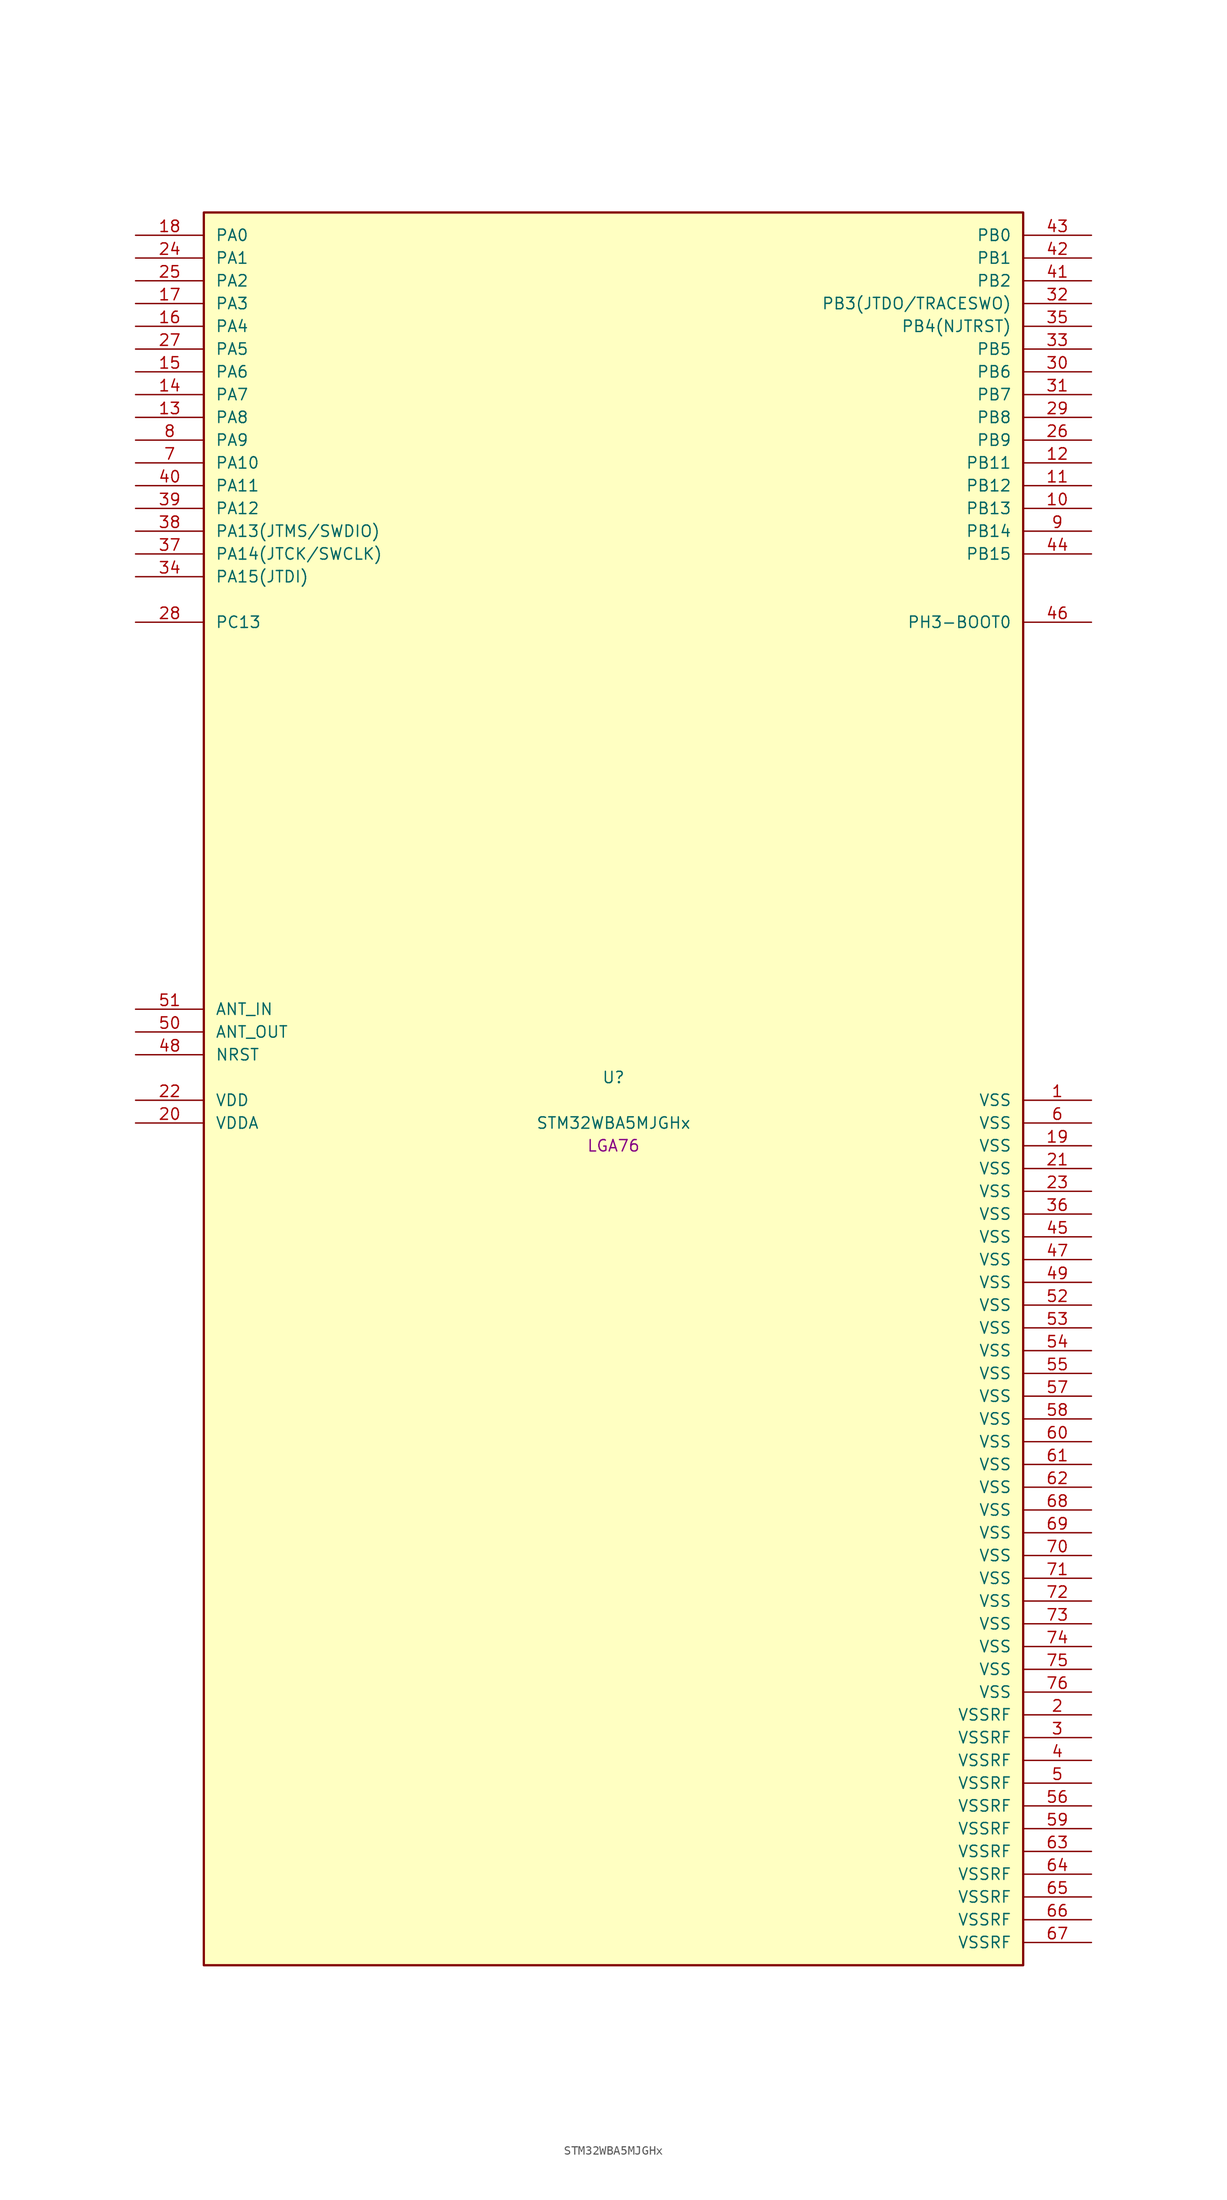
<source format=kicad_sym>
(kicad_symbol_lib
  (version 20241209)
  (generator "stm32_pkl_generator")
  (generator_version "1.0")
  (symbol "STM32WBA5MJGHx"
    (pin_names
      (offset 1.27))
    (property "Reference" "U"
      (at 0 2.54 0))
    (property "Value" "STM32WBA5MJGHx"
      (at 0 -2.54 0))
    (property "Footprint" "LGA76"
      (at 0 -5.08 0))
    (symbol "STM32WBA5MJGHx_1_1"
      (rectangle (start -45.72 99.06) (end 45.72 -96.52) (stroke (width 0.254) (type solid)) (fill (type background)))
      (pin bidirectional line (at -53.34 96.52 0) (length 7.62) (name "PA0") (number "18") (alternate "PA0/ADC4_IN9" bidirectional line) (alternate "PA0/COMP2_INP" bidirectional line) (alternate "PA0/LPTIM1_IN1" bidirectional line) (alternate "PA0/LPUART1_CTS" bidirectional line) (alternate "PA0/PWR_WKUP1" bidirectional line) (alternate "PA0/SPI3_SCK" bidirectional line) (alternate "PA0/TIM1_CH2N" bidirectional line) (alternate "PA0/TIM3_CH3" bidirectional line) (alternate "PA0/TIM3_ETR" bidirectional line) (alternate "PA0/TSC_G2_IO2" bidirectional line))
      (pin bidirectional line (at -53.34 93.98 0) (length 7.62) (name "PA1") (number "24") (alternate "PA1/ADC4_IN8" bidirectional line) (alternate "PA1/COMP1_INM" bidirectional line) (alternate "PA1/LPTIM2_CH2" bidirectional line) (alternate "PA1/LPUART1_RX" bidirectional line) (alternate "PA1/PWR_WKUP3" bidirectional line) (alternate "PA1/SAI1_CK1" bidirectional line) (alternate "PA1/SPI1_RDY" bidirectional line) (alternate "PA1/TIM17_CH1" bidirectional line) (alternate "PA1/TIM1_CH1N" bidirectional line) (alternate "PA1/TIM3_CH2" bidirectional line) (alternate "PA1/TSC_G2_IO1" bidirectional line) (alternate "PA1/USART1_CK" bidirectional line))
      (pin bidirectional line (at -53.34 91.44 0) (length 7.62) (name "PA2") (number "25") (alternate "PA2/ADC4_IN7" bidirectional line) (alternate "PA2/COMP1_INP" bidirectional line) (alternate "PA2/LPUART1_TX" bidirectional line) (alternate "PA2/PWR_WKUP4" bidirectional line) (alternate "PA2/RCC_LSCO" bidirectional line) (alternate "PA2/SAI1_D1" bidirectional line) (alternate "PA2/TIM16_CH1" bidirectional line) (alternate "PA2/TIM1_BKIN" bidirectional line) (alternate "PA2/TIM3_CH1" bidirectional line) (alternate "PA2/TSC_G4_IO4" bidirectional line) (alternate "PA2/USART1_DE" bidirectional line) (alternate "PA2/USART1_RTS" bidirectional line))
      (pin bidirectional line (at -53.34 88.9 0) (length 7.62) (name "PA3") (number "17") (alternate "PA3/ADC4_IN6" bidirectional line) (alternate "PA3/PWR_WKUP5" bidirectional line) (alternate "PA3/TIM16_CH1N" bidirectional line) (alternate "PA3/TSC_G4_IO2" bidirectional line) (alternate "PA3/USART1_DE" bidirectional line) (alternate "PA3/USART1_RTS" bidirectional line))
      (pin bidirectional line (at -53.34 86.36 0) (length 7.62) (name "PA4") (number "16") (alternate "PA4/ADC4_IN5" bidirectional line) (alternate "PA4/AUDIOCLK" bidirectional line) (alternate "PA4/PWR_WKUP2" bidirectional line) (alternate "PA4/TAMP_IN6" bidirectional line) (alternate "PA4/TAMP_OUT3" bidirectional line) (alternate "PA4/TIM16_CH1" bidirectional line) (alternate "PA4/TSC_G4_IO1" bidirectional line) (alternate "PA4/USART1_CTS" bidirectional line))
      (pin bidirectional line (at -53.34 83.82 0) (length 7.62) (name "PA5") (number "27") (alternate "PA5/ADC4_IN4" bidirectional line) (alternate "PA5/AUDIOCLK" bidirectional line) (alternate "PA5/LPTIM2_ETR" bidirectional line) (alternate "PA5/PWR_CSLEEP" bidirectional line) (alternate "PA5/PWR_WKUP6" bidirectional line) (alternate "PA5/SAI1_D2" bidirectional line) (alternate "PA5/SPI3_NSS" bidirectional line) (alternate "PA5/TIM2_CH1" bidirectional line) (alternate "PA5/TIM2_ETR" bidirectional line) (alternate "PA5/TSC_G1_IO4" bidirectional line) (alternate "PA5/USART1_CK" bidirectional line))
      (pin bidirectional line (at -53.34 81.28 0) (length 7.62) (name "PA6") (number "15") (alternate "PA6/ADC4_IN3" bidirectional line) (alternate "PA6/I2C3_SCL" bidirectional line) (alternate "PA6/PWR_CSTOP" bidirectional line) (alternate "PA6/PWR_WKUP7" bidirectional line) (alternate "PA6/SAI1_CK2" bidirectional line) (alternate "PA6/SAI1_MCLK_A" bidirectional line) (alternate "PA6/SPI3_RDY" bidirectional line) (alternate "PA6/TIM2_CH4" bidirectional line) (alternate "PA6/TSC_G1_IO3" bidirectional line) (alternate "PA6/USART1_DE" bidirectional line) (alternate "PA6/USART1_RTS" bidirectional line))
      (pin bidirectional line (at -53.34 78.74 0) (length 7.62) (name "PA7") (number "14") (alternate "PA7/ADC4_IN2" bidirectional line) (alternate "PA7/COMP1_OUT" bidirectional line) (alternate "PA7/I2C3_SDA" bidirectional line) (alternate "PA7/PWR_WKUP8" bidirectional line) (alternate "PA7/SAI1_SCK_A" bidirectional line) (alternate "PA7/TAMP_IN1" bidirectional line) (alternate "PA7/TAMP_OUT2" bidirectional line) (alternate "PA7/TIM2_CH3" bidirectional line) (alternate "PA7/TSC_G1_IO2" bidirectional line) (alternate "PA7/USART1_CTS" bidirectional line))
      (pin bidirectional line (at -53.34 76.2 0) (length 7.62) (name "PA8") (number "13") (alternate "PA8/ADC4_IN1" bidirectional line) (alternate "PA8/LPTIM1_CH2" bidirectional line) (alternate "PA8/RCC_MCO" bidirectional line) (alternate "PA8/SAI1_FS_A" bidirectional line) (alternate "PA8/SPI3_RDY" bidirectional line) (alternate "PA8/TIM2_CH2" bidirectional line) (alternate "PA8/TSC_G1_IO1" bidirectional line) (alternate "PA8/USART1_RX" bidirectional line))
      (pin bidirectional line (at -53.34 73.66 0) (length 7.62) (name "PA9") (number "8") (alternate "PA9/LPUART1_DE" bidirectional line) (alternate "PA9/LPUART1_RTS" bidirectional line) (alternate "PA9/SAI1_CK1" bidirectional line) (alternate "PA9/TIM3_CH2" bidirectional line))
      (pin bidirectional line (at -53.34 71.12 0) (length 7.62) (name "PA10") (number "7") (alternate "PA10/LPUART1_RX" bidirectional line) (alternate "PA10/SAI1_D1" bidirectional line) (alternate "PA10/TIM3_CH1" bidirectional line))
      (pin bidirectional line (at -53.34 68.58 0) (length 7.62) (name "PA11") (number "40") (alternate "PA11/LPTIM2_CH1" bidirectional line) (alternate "PA11/RF_ANTSW1" bidirectional line) (alternate "PA11/TIM1_CH1" bidirectional line) (alternate "PA11/USART2_RX" bidirectional line))
      (pin bidirectional line (at -53.34 66.04 0) (length 7.62) (name "PA12") (number "39") (alternate "PA12/COMP2_OUT" bidirectional line) (alternate "PA12/PTA_STATUS" bidirectional line) (alternate "PA12/PWR_WKUP6" bidirectional line) (alternate "PA12/RF_ANTSW0" bidirectional line) (alternate "PA12/SPI1_NSS" bidirectional line) (alternate "PA12/TIM1_CH2" bidirectional line) (alternate "PA12/TSC_G3_IO4" bidirectional line) (alternate "PA12/USART2_TX" bidirectional line))
      (pin bidirectional line (at -53.34 63.5 0) (length 7.62) (name "PA13(JTMS/SWDIO)") (number "38") (alternate "PA13(JTMS/SWDIO)/DEBUG_JTMS-SWDIO" bidirectional line) (alternate "PA13(JTMS/SWDIO)/IR_OUT" bidirectional line) (alternate "PA13(JTMS/SWDIO)/PTA_PRIORITY" bidirectional line))
      (pin bidirectional line (at -53.34 60.96 0) (length 7.62) (name "PA14(JTCK/SWCLK)") (number "37") (alternate "PA14(JTCK/SWCLK)/COMP2_OUT" bidirectional line) (alternate "PA14(JTCK/SWCLK)/DEBUG_JTCK-SWCLK" bidirectional line) (alternate "PA14(JTCK/SWCLK)/PTA_STATUS" bidirectional line) (alternate "PA14(JTCK/SWCLK)/TAMP_IN3" bidirectional line) (alternate "PA14(JTCK/SWCLK)/TAMP_OUT6" bidirectional line) (alternate "PA14(JTCK/SWCLK)/USART2_TX" bidirectional line))
      (pin bidirectional line (at -53.34 58.42 0) (length 7.62) (name "PA15(JTDI)") (number "34") (alternate "PA15(JTDI)/ADC4_EXTI15" bidirectional line) (alternate "PA15(JTDI)/DEBUG_JTDI" bidirectional line) (alternate "PA15(JTDI)/I2C1_SCL" bidirectional line) (alternate "PA15(JTDI)/LPTIM1_CH2" bidirectional line) (alternate "PA15(JTDI)/PTA_STATUS" bidirectional line) (alternate "PA15(JTDI)/SPI1_MOSI" bidirectional line) (alternate "PA15(JTDI)/TIM17_BKIN" bidirectional line) (alternate "PA15(JTDI)/TIM1_ETR" bidirectional line) (alternate "PA15(JTDI)/TSC_G3_IO3" bidirectional line) (alternate "PA15(JTDI)/USART2_DE" bidirectional line) (alternate "PA15(JTDI)/USART2_RTS" bidirectional line))
      (pin bidirectional line (at 53.34 96.52 180) (length 7.62) (name "PB0") (number "43") (alternate "PB0/LPTIM2_IN2" bidirectional line) (alternate "PB0/TIM1_CH3N" bidirectional line) (alternate "PB0/USART2_TX" bidirectional line))
      (pin bidirectional line (at 53.34 93.98 180) (length 7.62) (name "PB1") (number "42") (alternate "PB1/I2C1_SDA" bidirectional line) (alternate "PB1/I2C3_SDA" bidirectional line) (alternate "PB1/PWR_WKUP4" bidirectional line) (alternate "PB1/TIM1_CH2N" bidirectional line) (alternate "PB1/USART2_DE" bidirectional line) (alternate "PB1/USART2_RTS" bidirectional line))
      (pin bidirectional line (at 53.34 91.44 180) (length 7.62) (name "PB2") (number "41") (alternate "PB2/I2C1_SCL" bidirectional line) (alternate "PB2/I2C3_SCL" bidirectional line) (alternate "PB2/PWR_WKUP1" bidirectional line) (alternate "PB2/RF_ANTSW2" bidirectional line) (alternate "PB2/RTC_OUT2" bidirectional line) (alternate "PB2/TIM1_CH1N" bidirectional line) (alternate "PB2/USART2_CTS" bidirectional line))
      (pin bidirectional line (at 53.34 88.9 180) (length 7.62) (name "PB3(JTDO/TRACESWO)") (number "32") (alternate "PB3(JTDO/TRACESWO)/DEBUG_JTDO-SWO" bidirectional line) (alternate "PB3(JTDO/TRACESWO)/I2C1_SDA" bidirectional line) (alternate "PB3(JTDO/TRACESWO)/LPTIM1_IN2" bidirectional line) (alternate "PB3(JTDO/TRACESWO)/PTA_ACTIVE" bidirectional line) (alternate "PB3(JTDO/TRACESWO)/SPI1_MISO" bidirectional line) (alternate "PB3(JTDO/TRACESWO)/TIM17_CH1N" bidirectional line) (alternate "PB3(JTDO/TRACESWO)/TIM1_CH4" bidirectional line) (alternate "PB3(JTDO/TRACESWO)/TSC_G3_IO2" bidirectional line) (alternate "PB3(JTDO/TRACESWO)/USART2_CK" bidirectional line))
      (pin bidirectional line (at 53.34 86.36 180) (length 7.62) (name "PB4(NJTRST)") (number "35") (alternate "PB4(NJTRST)/DEBUG_JTRST" bidirectional line) (alternate "PB4(NJTRST)/LPTIM2_IN2" bidirectional line) (alternate "PB4(NJTRST)/PTA_ACTIVE" bidirectional line) (alternate "PB4(NJTRST)/PTA_PRIORITY" bidirectional line) (alternate "PB4(NJTRST)/SAI1_MCLK_B" bidirectional line) (alternate "PB4(NJTRST)/SPI1_SCK" bidirectional line) (alternate "PB4(NJTRST)/TIM17_CH1" bidirectional line) (alternate "PB4(NJTRST)/TIM1_CH3" bidirectional line) (alternate "PB4(NJTRST)/TSC_G3_IO1" bidirectional line) (alternate "PB4(NJTRST)/USART2_RX" bidirectional line))
      (pin bidirectional line (at 53.34 83.82 180) (length 7.62) (name "PB5") (number "33") (alternate "PB5/LPUART1_TX" bidirectional line) (alternate "PB5/SAI1_D2" bidirectional line) (alternate "PB5/SAI1_FS_B" bidirectional line) (alternate "PB5/TIM3_CH1" bidirectional line) (alternate "PB5/TSC_G5_IO4" bidirectional line))
      (pin bidirectional line (at 53.34 81.28 180) (length 7.62) (name "PB6") (number "30") (alternate "PB6/PWR_WKUP3" bidirectional line) (alternate "PB6/SAI1_SCK_B" bidirectional line) (alternate "PB6/TIM2_CH1" bidirectional line) (alternate "PB6/TIM2_ETR" bidirectional line) (alternate "PB6/TSC_G5_IO3" bidirectional line))
      (pin bidirectional line (at 53.34 78.74 180) (length 7.62) (name "PB7") (number "31") (alternate "PB7/PWR_WKUP5" bidirectional line) (alternate "PB7/SAI1_SD_B" bidirectional line) (alternate "PB7/TAMP_IN5" bidirectional line) (alternate "PB7/TAMP_OUT4" bidirectional line) (alternate "PB7/TIM1_CH4N" bidirectional line) (alternate "PB7/TSC_G5_IO2" bidirectional line))
      (pin bidirectional line (at 53.34 76.2 180) (length 7.62) (name "PB8") (number "29") (alternate "PB8/COMP1_OUT" bidirectional line) (alternate "PB8/LPTIM1_ETR" bidirectional line) (alternate "PB8/PWR_PVD_IN" bidirectional line) (alternate "PB8/SPI3_MOSI" bidirectional line) (alternate "PB8/TIM16_CH1N" bidirectional line) (alternate "PB8/TIM1_CH1" bidirectional line) (alternate "PB8/TIM3_ETR" bidirectional line) (alternate "PB8/TSC_G2_IO4" bidirectional line) (alternate "PB8/USART2_RX" bidirectional line))
      (pin bidirectional line (at 53.34 73.66 180) (length 7.62) (name "PB9") (number "26") (alternate "PB9/ADC4_IN10" bidirectional line) (alternate "PB9/COMP2_INM" bidirectional line) (alternate "PB9/IR_OUT" bidirectional line) (alternate "PB9/LPTIM2_IN1" bidirectional line) (alternate "PB9/LPUART1_DE" bidirectional line) (alternate "PB9/LPUART1_RTS" bidirectional line) (alternate "PB9/PWR_WKUP8" bidirectional line) (alternate "PB9/SPI3_MISO" bidirectional line) (alternate "PB9/TIM16_CH1" bidirectional line) (alternate "PB9/TIM1_CH3N" bidirectional line) (alternate "PB9/TIM3_CH4" bidirectional line) (alternate "PB9/TSC_G2_IO3" bidirectional line))
      (pin bidirectional line (at 53.34 71.12 180) (length 7.62) (name "PB11") (number "12") (alternate "PB11/LPTIM1_CH1" bidirectional line) (alternate "PB11/LPTIM1_ETR" bidirectional line) (alternate "PB11/LPUART1_TX" bidirectional line))
      (pin bidirectional line (at 53.34 68.58 180) (length 7.62) (name "PB12") (number "11") (alternate "PB12/SAI1_SD_A" bidirectional line) (alternate "PB12/SPI1_RDY" bidirectional line) (alternate "PB12/TIM2_CH1" bidirectional line) (alternate "PB12/TIM2_ETR" bidirectional line) (alternate "PB12/TIM3_ETR" bidirectional line) (alternate "PB12/TSC_SYNC" bidirectional line) (alternate "PB12/USART1_TX" bidirectional line))
      (pin bidirectional line (at 53.34 66.04 180) (length 7.62) (name "PB13") (number "10") (alternate "PB13/TIM3_CH4" bidirectional line) (alternate "PB13/TSC_G6_IO2" bidirectional line))
      (pin bidirectional line (at 53.34 63.5 180) (length 7.62) (name "PB14") (number "9") (alternate "PB14/PWR_WKUP7" bidirectional line) (alternate "PB14/RTC_REFIN" bidirectional line) (alternate "PB14/SAI1_SD_A" bidirectional line) (alternate "PB14/TIM3_CH3" bidirectional line) (alternate "PB14/TSC_G6_IO1" bidirectional line) (alternate "PB14/USART1_TX" bidirectional line))
      (pin bidirectional line (at 53.34 60.96 180) (length 7.62) (name "PB15") (number "44") (alternate "PB15/ADC4_EXTI15" bidirectional line) (alternate "PB15/I2C1_SMBA" bidirectional line) (alternate "PB15/I2C3_SMBA" bidirectional line) (alternate "PB15/LPUART1_CTS" bidirectional line) (alternate "PB15/PTA_GRANT" bidirectional line) (alternate "PB15/RF_EXTPABYP" bidirectional line) (alternate "PB15/TIM16_BKIN" bidirectional line) (alternate "PB15/TIM1_BKIN2" bidirectional line) (alternate "PB15/USART2_CTS" bidirectional line))
      (pin bidirectional line (at -53.34 53.34 0) (length 7.62) (name "PC13") (number "28") (alternate "PC13/PWR_WKUP2" bidirectional line) (alternate "PC13/RTC_OUT1" bidirectional line) (alternate "PC13/RTC_TS" bidirectional line) (alternate "PC13/TAMP_IN4" bidirectional line) (alternate "PC13/TAMP_OUT5" bidirectional line) (alternate "PC13/TIM1_BKIN2" bidirectional line) (alternate "PC13/TSC_G5_IO1" bidirectional line))
      (pin bidirectional line (at 53.34 53.34 180) (length 7.62) (name "PH3-BOOT0") (number "46") (alternate "PH3-BOOT0/PTA_GRANT" bidirectional line) (alternate "PH3-BOOT0/RF_EXTPABYP" bidirectional line) (alternate "PH3-BOOT0/TAMP_IN2" bidirectional line) (alternate "PH3-BOOT0/TAMP_OUT1" bidirectional line))
      (pin bidirectional line (at -53.34 10.16 0) (length 7.62) (name "ANT_IN") (number "51"))
      (pin bidirectional line (at -53.34 7.62 0) (length 7.62) (name "ANT_OUT") (number "50"))
      (pin input line (at -53.34 5.08 0) (length 7.62) (name "NRST") (number "48"))
      (pin power_in line (at -53.34 0 0) (length 7.62) (name "VDD") (number "22"))
      (pin power_in line (at -53.34 -2.54 0) (length 7.62) (name "VDDA") (number "20"))
      (pin power_in line (at 53.34 0 180) (length 7.62) (name "VSS") (number "1"))
      (pin power_in line (at 53.34 -2.54 180) (length 7.62) (name "VSS") (number "6"))
      (pin power_in line (at 53.34 -5.08 180) (length 7.62) (name "VSS") (number "19"))
      (pin power_in line (at 53.34 -7.62 180) (length 7.62) (name "VSS") (number "21"))
      (pin power_in line (at 53.34 -10.16 180) (length 7.62) (name "VSS") (number "23"))
      (pin power_in line (at 53.34 -12.7 180) (length 7.62) (name "VSS") (number "36"))
      (pin power_in line (at 53.34 -15.24 180) (length 7.62) (name "VSS") (number "45"))
      (pin power_in line (at 53.34 -17.78 180) (length 7.62) (name "VSS") (number "47"))
      (pin power_in line (at 53.34 -20.32 180) (length 7.62) (name "VSS") (number "49"))
      (pin power_in line (at 53.34 -22.86 180) (length 7.62) (name "VSS") (number "52"))
      (pin power_in line (at 53.34 -25.4 180) (length 7.62) (name "VSS") (number "53"))
      (pin power_in line (at 53.34 -27.94 180) (length 7.62) (name "VSS") (number "54"))
      (pin power_in line (at 53.34 -30.48 180) (length 7.62) (name "VSS") (number "55"))
      (pin power_in line (at 53.34 -33.02 180) (length 7.62) (name "VSS") (number "57"))
      (pin power_in line (at 53.34 -35.56 180) (length 7.62) (name "VSS") (number "58"))
      (pin power_in line (at 53.34 -38.1 180) (length 7.62) (name "VSS") (number "60"))
      (pin power_in line (at 53.34 -40.64 180) (length 7.62) (name "VSS") (number "61"))
      (pin power_in line (at 53.34 -43.18 180) (length 7.62) (name "VSS") (number "62"))
      (pin power_in line (at 53.34 -45.72 180) (length 7.62) (name "VSS") (number "68"))
      (pin power_in line (at 53.34 -48.26 180) (length 7.62) (name "VSS") (number "69"))
      (pin power_in line (at 53.34 -50.8 180) (length 7.62) (name "VSS") (number "70"))
      (pin power_in line (at 53.34 -53.34 180) (length 7.62) (name "VSS") (number "71"))
      (pin power_in line (at 53.34 -55.88 180) (length 7.62) (name "VSS") (number "72"))
      (pin power_in line (at 53.34 -58.42 180) (length 7.62) (name "VSS") (number "73"))
      (pin power_in line (at 53.34 -60.96 180) (length 7.62) (name "VSS") (number "74"))
      (pin power_in line (at 53.34 -63.5 180) (length 7.62) (name "VSS") (number "75"))
      (pin power_in line (at 53.34 -66.04 180) (length 7.62) (name "VSS") (number "76"))
      (pin power_in line (at 53.34 -68.58 180) (length 7.62) (name "VSSRF") (number "2"))
      (pin power_in line (at 53.34 -71.12 180) (length 7.62) (name "VSSRF") (number "3"))
      (pin power_in line (at 53.34 -73.66 180) (length 7.62) (name "VSSRF") (number "4"))
      (pin power_in line (at 53.34 -76.2 180) (length 7.62) (name "VSSRF") (number "5"))
      (pin power_in line (at 53.34 -78.74 180) (length 7.62) (name "VSSRF") (number "56"))
      (pin power_in line (at 53.34 -81.28 180) (length 7.62) (name "VSSRF") (number "59"))
      (pin power_in line (at 53.34 -83.82 180) (length 7.62) (name "VSSRF") (number "63"))
      (pin power_in line (at 53.34 -86.36 180) (length 7.62) (name "VSSRF") (number "64"))
      (pin power_in line (at 53.34 -88.9 180) (length 7.62) (name "VSSRF") (number "65"))
      (pin power_in line (at 53.34 -91.44 180) (length 7.62) (name "VSSRF") (number "66"))
      (pin power_in line (at 53.34 -93.98 180) (length 7.62) (name "VSSRF") (number "67")))))
</source>
